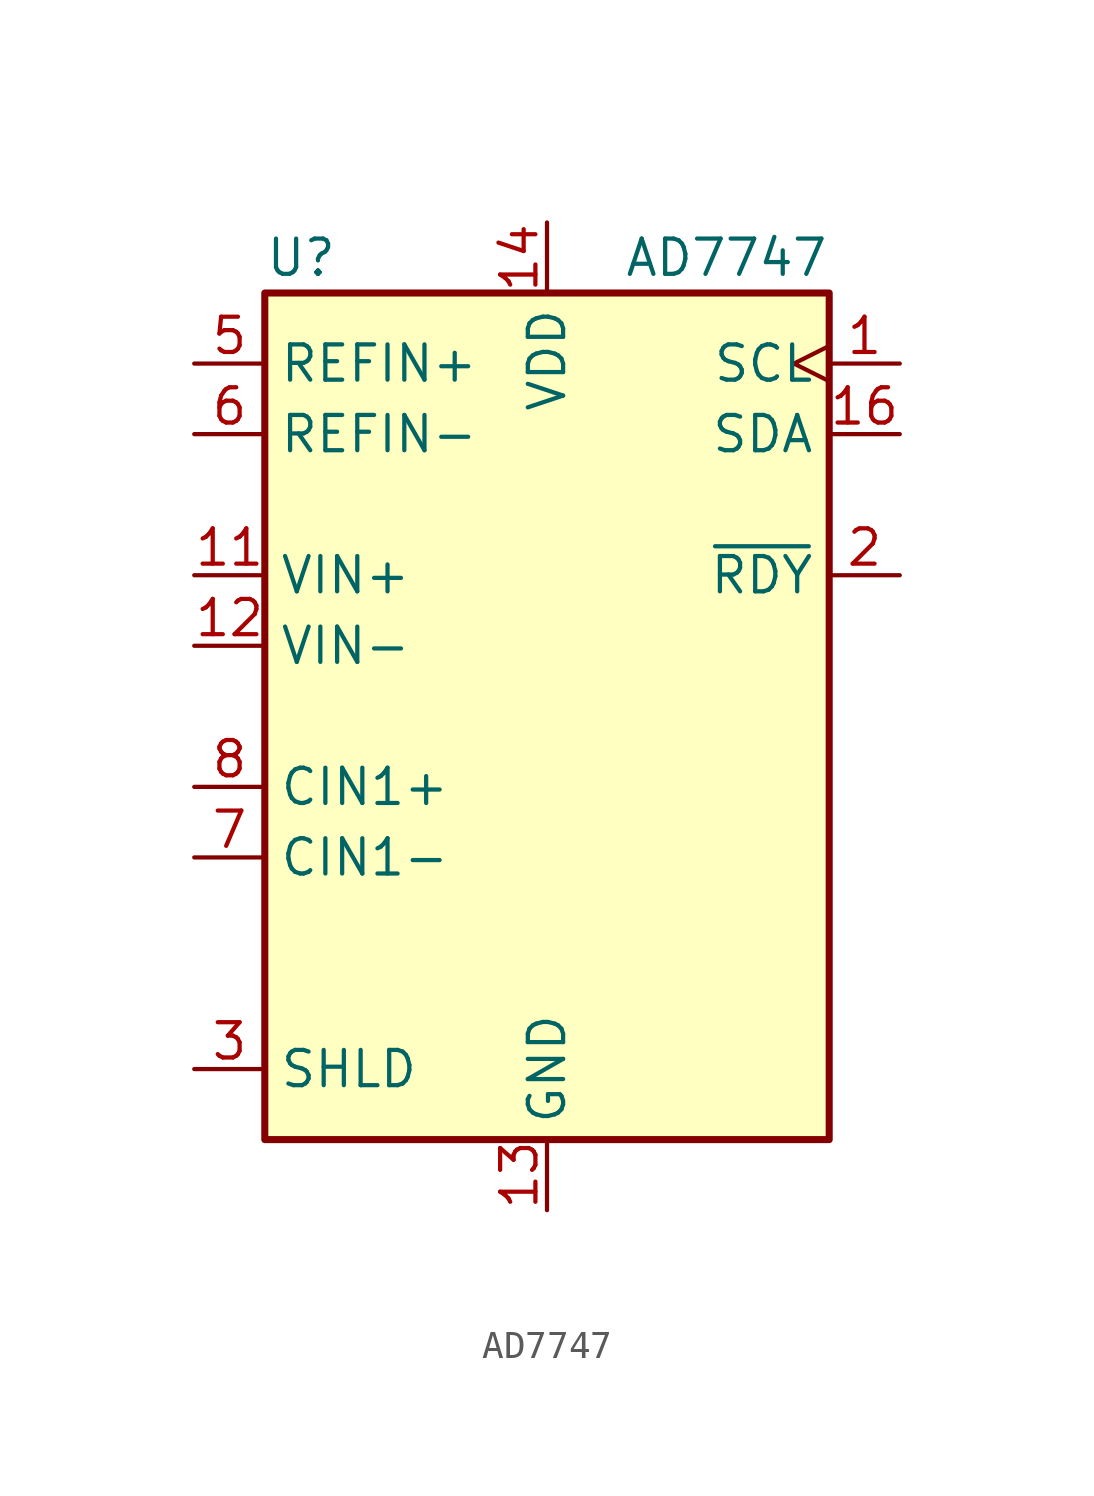
<source format=kicad_sym>
(kicad_symbol_lib
  (version 20220914)
  (generator kicad_symbol_editor)
  (symbol "AD7747"
    (property "Reference" "U"
      (at -10.16 16.51 0)
      (effects (font (size 1.27 1.27)) (justify left)))
    (property "Value" "AD7747"
      (at 10.16 16.51 0)
      (effects (font (size 1.27 1.27)) (justify right)))
    (symbol "AD7747_0_0"
      (pin input clock (at 12.7 12.7 180) (length 2.54) (name "SCL" (effects (font (size 1.27 1.27)))) (number "1" (effects (font (size 1.27 1.27)))))
      (pin input line (at -12.7 5.08 0) (length 2.54) (name "VIN+" (effects (font (size 1.27 1.27)))) (number "11" (effects (font (size 1.27 1.27)))))
      (pin input line (at -12.7 2.54 0) (length 2.54) (name "VIN-" (effects (font (size 1.27 1.27)))) (number "12" (effects (font (size 1.27 1.27)))))
      (pin power_in line (at 0 -17.78 90) (length 2.54) (name "GND" (effects (font (size 1.27 1.27)))) (number "13" (effects (font (size 1.27 1.27)))))
      (pin power_in line (at 0 17.78 270) (length 2.54) (name "VDD" (effects (font (size 1.27 1.27)))) (number "14" (effects (font (size 1.27 1.27)))))
      (pin bidirectional line (at 12.7 10.16 180) (length 2.54) (name "SDA" (effects (font (size 1.27 1.27)))) (number "16" (effects (font (size 1.27 1.27)))))
      (pin output line (at 12.7 5.08 180) (length 2.54) (name "~{RDY}" (effects (font (size 1.27 1.27)))) (number "2" (effects (font (size 1.27 1.27)))))
      (pin output line (at -12.7 -12.7 0) (length 2.54) (name "SHLD" (effects (font (size 1.27 1.27)))) (number "3" (effects (font (size 1.27 1.27)))))
      (pin input line (at -12.7 12.7 0) (length 2.54) (name "REFIN+" (effects (font (size 1.27 1.27)))) (number "5" (effects (font (size 1.27 1.27)))))
      (pin input line (at -12.7 10.16 0) (length 2.54) (name "REFIN-" (effects (font (size 1.27 1.27)))) (number "6" (effects (font (size 1.27 1.27)))))
      (pin passive line (at -12.7 -5.08 0) (length 2.54) (name "CIN1-" (effects (font (size 1.27 1.27)))) (number "7" (effects (font (size 1.27 1.27)))))
      (pin passive line (at -12.7 -2.54 0) (length 2.54) (name "CIN1+" (effects (font (size 1.27 1.27)))) (number "8" (effects (font (size 1.27 1.27))))))
    (symbol "AD7747_1_0"
      (pin no_connect non_logic (at 10.16 -10.16 180) (length 2.54) hide (name "NC" (effects (font (size 1.27 1.27)))) (number "10" (effects (font (size 1.27 1.27)))))
      (pin no_connect non_logic (at 10.16 -12.7 180) (length 2.54) hide (name "NC" (effects (font (size 1.27 1.27)))) (number "15" (effects (font (size 1.27 1.27)))))
      (pin no_connect line (at 10.16 -2.54 180) (length 2.54) hide (name "TST" (effects (font (size 1.27 1.27)))) (number "4" (effects (font (size 1.27 1.27)))))
      (pin no_connect non_logic (at 10.16 -7.62 180) (length 2.54) hide (name "NC" (effects (font (size 1.27 1.27)))) (number "9" (effects (font (size 1.27 1.27))))))
    (symbol "AD7747_1_1"
      (rectangle (start -10.16 15.24) (end 10.16 -15.24) (stroke (width 0.254) (type default)) (fill (type background))))))
</source>
